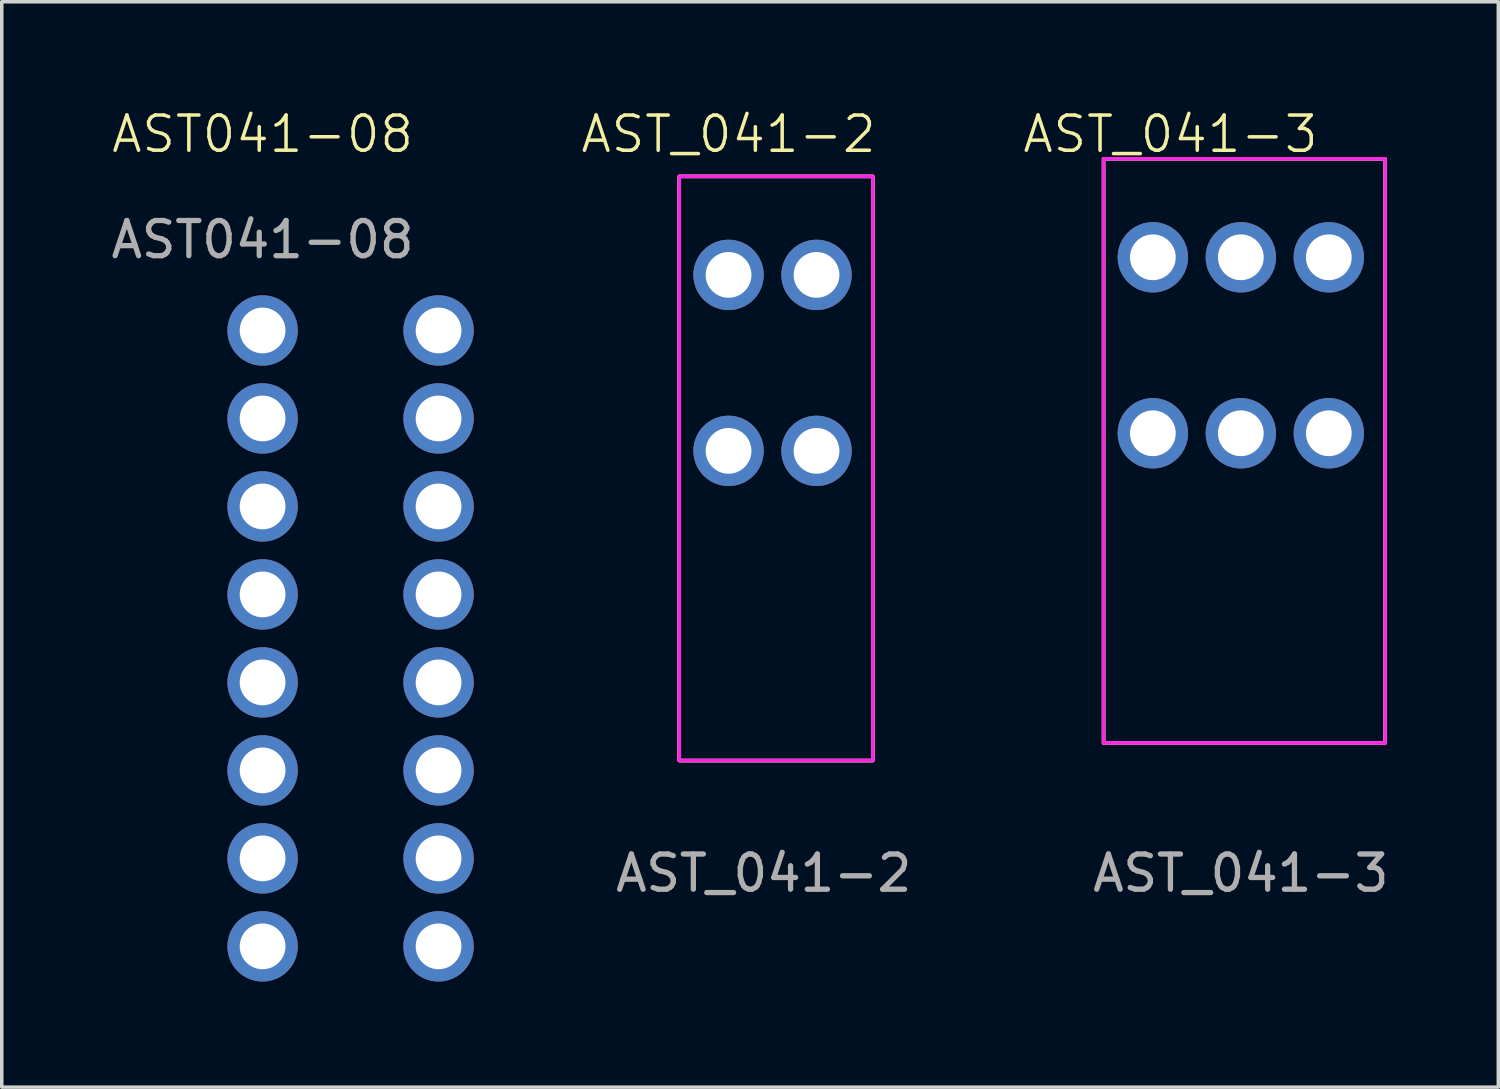
<source format=kicad_pcb>
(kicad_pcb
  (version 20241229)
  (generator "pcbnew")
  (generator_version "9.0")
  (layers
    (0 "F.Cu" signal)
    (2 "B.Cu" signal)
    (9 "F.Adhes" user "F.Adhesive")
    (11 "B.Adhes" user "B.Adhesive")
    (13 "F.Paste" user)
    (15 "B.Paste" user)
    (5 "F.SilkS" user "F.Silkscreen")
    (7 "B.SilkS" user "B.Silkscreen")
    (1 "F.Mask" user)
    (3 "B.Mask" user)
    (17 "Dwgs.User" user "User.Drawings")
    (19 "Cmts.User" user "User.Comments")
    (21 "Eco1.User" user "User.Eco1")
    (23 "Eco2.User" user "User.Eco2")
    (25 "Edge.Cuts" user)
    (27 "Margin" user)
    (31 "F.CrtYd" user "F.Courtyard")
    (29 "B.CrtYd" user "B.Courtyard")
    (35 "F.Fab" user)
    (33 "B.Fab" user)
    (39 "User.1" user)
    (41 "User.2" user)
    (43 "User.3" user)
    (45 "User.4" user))
  (footprint "AST_041-3"
    (layer "F.Cu")
    (at 32.207 6.761)
    (property "Reference" "AST_041-3" (at -2 -6 0) (unlocked yes) (layer "F.SilkS") (effects (font (size 1 1) (thickness 0.1))))
    (attr through_hole)
    (fp_rect (start -3.9 -5.3) (end 4.1 11.3) (stroke (width 0.1) (type default)) (fill no) (layer "F.SilkS"))
    (fp_rect (start -3.9 -5.3) (end 4.1 11.3) (stroke (width 0.1) (type default)) (fill no) (layer "F.CrtYd"))
    (fp_rect (start -3.9 -5.3) (end 4.1 11.3) (stroke (width 0.1) (type default)) (fill no) (layer "F.Fab"))
    (fp_text user "${REFERENCE}" (at 0 15 0) (unlocked yes) (layer "F.Fab") (effects (font (size 1 1) (thickness 0.15))))
    (pad "1" thru_hole circle (at -2.5 -2.5 90) (size 2 2) (drill 1.3) (layers "*.Cu" "*.Mask"))
    (pad "1" thru_hole circle (at -2.5 2.5 90) (size 2 2) (drill 1.3) (layers "*.Cu" "*.Mask"))
    (pad "2" thru_hole circle (at 0 -2.5 90) (size 2 2) (drill 1.3) (layers "*.Cu" "*.Mask"))
    (pad "2" thru_hole circle (at 0 2.5 90) (size 2 2) (drill 1.3) (layers "*.Cu" "*.Mask"))
    (pad "3" thru_hole circle (at 2.5 -2.5 90) (size 2 2) (drill 1.3) (layers "*.Cu" "*.Mask"))
    (pad "3" thru_hole circle (at 2.5 2.5 90) (size 2 2) (drill 1.3) (layers "*.Cu" "*.Mask")))
  (footprint "AST041-08"
    (layer "F.Cu")
    (at 4.411 6.34)
    (property "Reference" "AST041-08" (at 0 -5.58 0) (unlocked yes) (layer "F.SilkS") (effects (font (size 1 1) (thickness 0.1))))
    (attr through_hole)
    (fp_text user "${REFERENCE}" (at 0 -2.58 0) (unlocked yes) (layer "F.Fab") (effects (font (size 1 1) (thickness 0.15))))
    (pad "1" thru_hole circle (at 0 0) (size 2 2) (drill 1.3) (layers "*.Cu" "*.Mask"))
    (pad "1" thru_hole circle (at 5 0) (size 2 2) (drill 1.3) (layers "*.Cu" "*.Mask"))
    (pad "2" thru_hole circle (at 0 2.5) (size 2 2) (drill 1.3) (layers "*.Cu" "*.Mask"))
    (pad "2" thru_hole circle (at 5 2.5) (size 2 2) (drill 1.3) (layers "*.Cu" "*.Mask"))
    (pad "3" thru_hole circle (at 0 5) (size 2 2) (drill 1.3) (layers "*.Cu" "*.Mask"))
    (pad "3" thru_hole circle (at 5 5) (size 2 2) (drill 1.3) (layers "*.Cu" "*.Mask"))
    (pad "4" thru_hole circle (at 0 7.5) (size 2 2) (drill 1.3) (layers "*.Cu" "*.Mask"))
    (pad "4" thru_hole circle (at 5 7.5) (size 2 2) (drill 1.3) (layers "*.Cu" "*.Mask"))
    (pad "5" thru_hole circle (at 0 10) (size 2 2) (drill 1.3) (layers "*.Cu" "*.Mask"))
    (pad "5" thru_hole circle (at 5 10) (size 2 2) (drill 1.3) (layers "*.Cu" "*.Mask"))
    (pad "6" thru_hole circle (at 0 12.5) (size 2 2) (drill 1.3) (layers "*.Cu" "*.Mask"))
    (pad "6" thru_hole circle (at 5 12.5) (size 2 2) (drill 1.3) (layers "*.Cu" "*.Mask"))
    (pad "7" thru_hole circle (at 0 15) (size 2 2) (drill 1.3) (layers "*.Cu" "*.Mask"))
    (pad "7" thru_hole circle (at 5 15) (size 2 2) (drill 1.3) (layers "*.Cu" "*.Mask"))
    (pad "8" thru_hole circle (at 0 17.5) (size 2 2) (drill 1.3) (layers "*.Cu" "*.Mask"))
    (pad "8" thru_hole circle (at 5 17.5) (size 2 2) (drill 1.3) (layers "*.Cu" "*.Mask")))
  (footprint "AST_041-2"
    (layer "F.Cu")
    (at 18.651 6.761)
    (property "Reference" "AST_041-2" (at -1 -6 0) (unlocked yes) (layer "F.SilkS") (effects (font (size 1 1) (thickness 0.1))))
    (attr through_hole)
    (fp_rect (start -2.4 -4.8) (end 3.1 11.8) (stroke (width 0.1) (type default)) (fill no) (layer "F.SilkS"))
    (fp_rect (start -2.4 -4.8) (end 3.1 11.8) (stroke (width 0.1) (type default)) (fill no) (layer "F.CrtYd"))
    (fp_rect (start -2.4 -4.8) (end 3.1 11.8) (stroke (width 0.1) (type default)) (fill no) (layer "F.Fab"))
    (fp_text user "${REFERENCE}" (at 0 15 0) (unlocked yes) (layer "F.Fab") (effects (font (size 1 1) (thickness 0.15))))
    (pad "1" thru_hole circle (at -1 -2) (size 2 2) (drill 1.3) (layers "*.Cu" "*.Mask"))
    (pad "1" thru_hole circle (at -1 3) (size 2 2) (drill 1.3) (layers "*.Cu" "*.Mask"))
    (pad "2" thru_hole circle (at 1.5 -2) (size 2 2) (drill 1.3) (layers "*.Cu" "*.Mask"))
    (pad "2" thru_hole circle (at 1.5 3) (size 2 2) (drill 1.3) (layers "*.Cu" "*.Mask")))
  (gr_rect
    (start -3 -3)
    (end 39.523 27.84)
    (stroke (width 0.1) (type default))
    (fill no)
    (layer "Edge.Cuts")))
</source>
